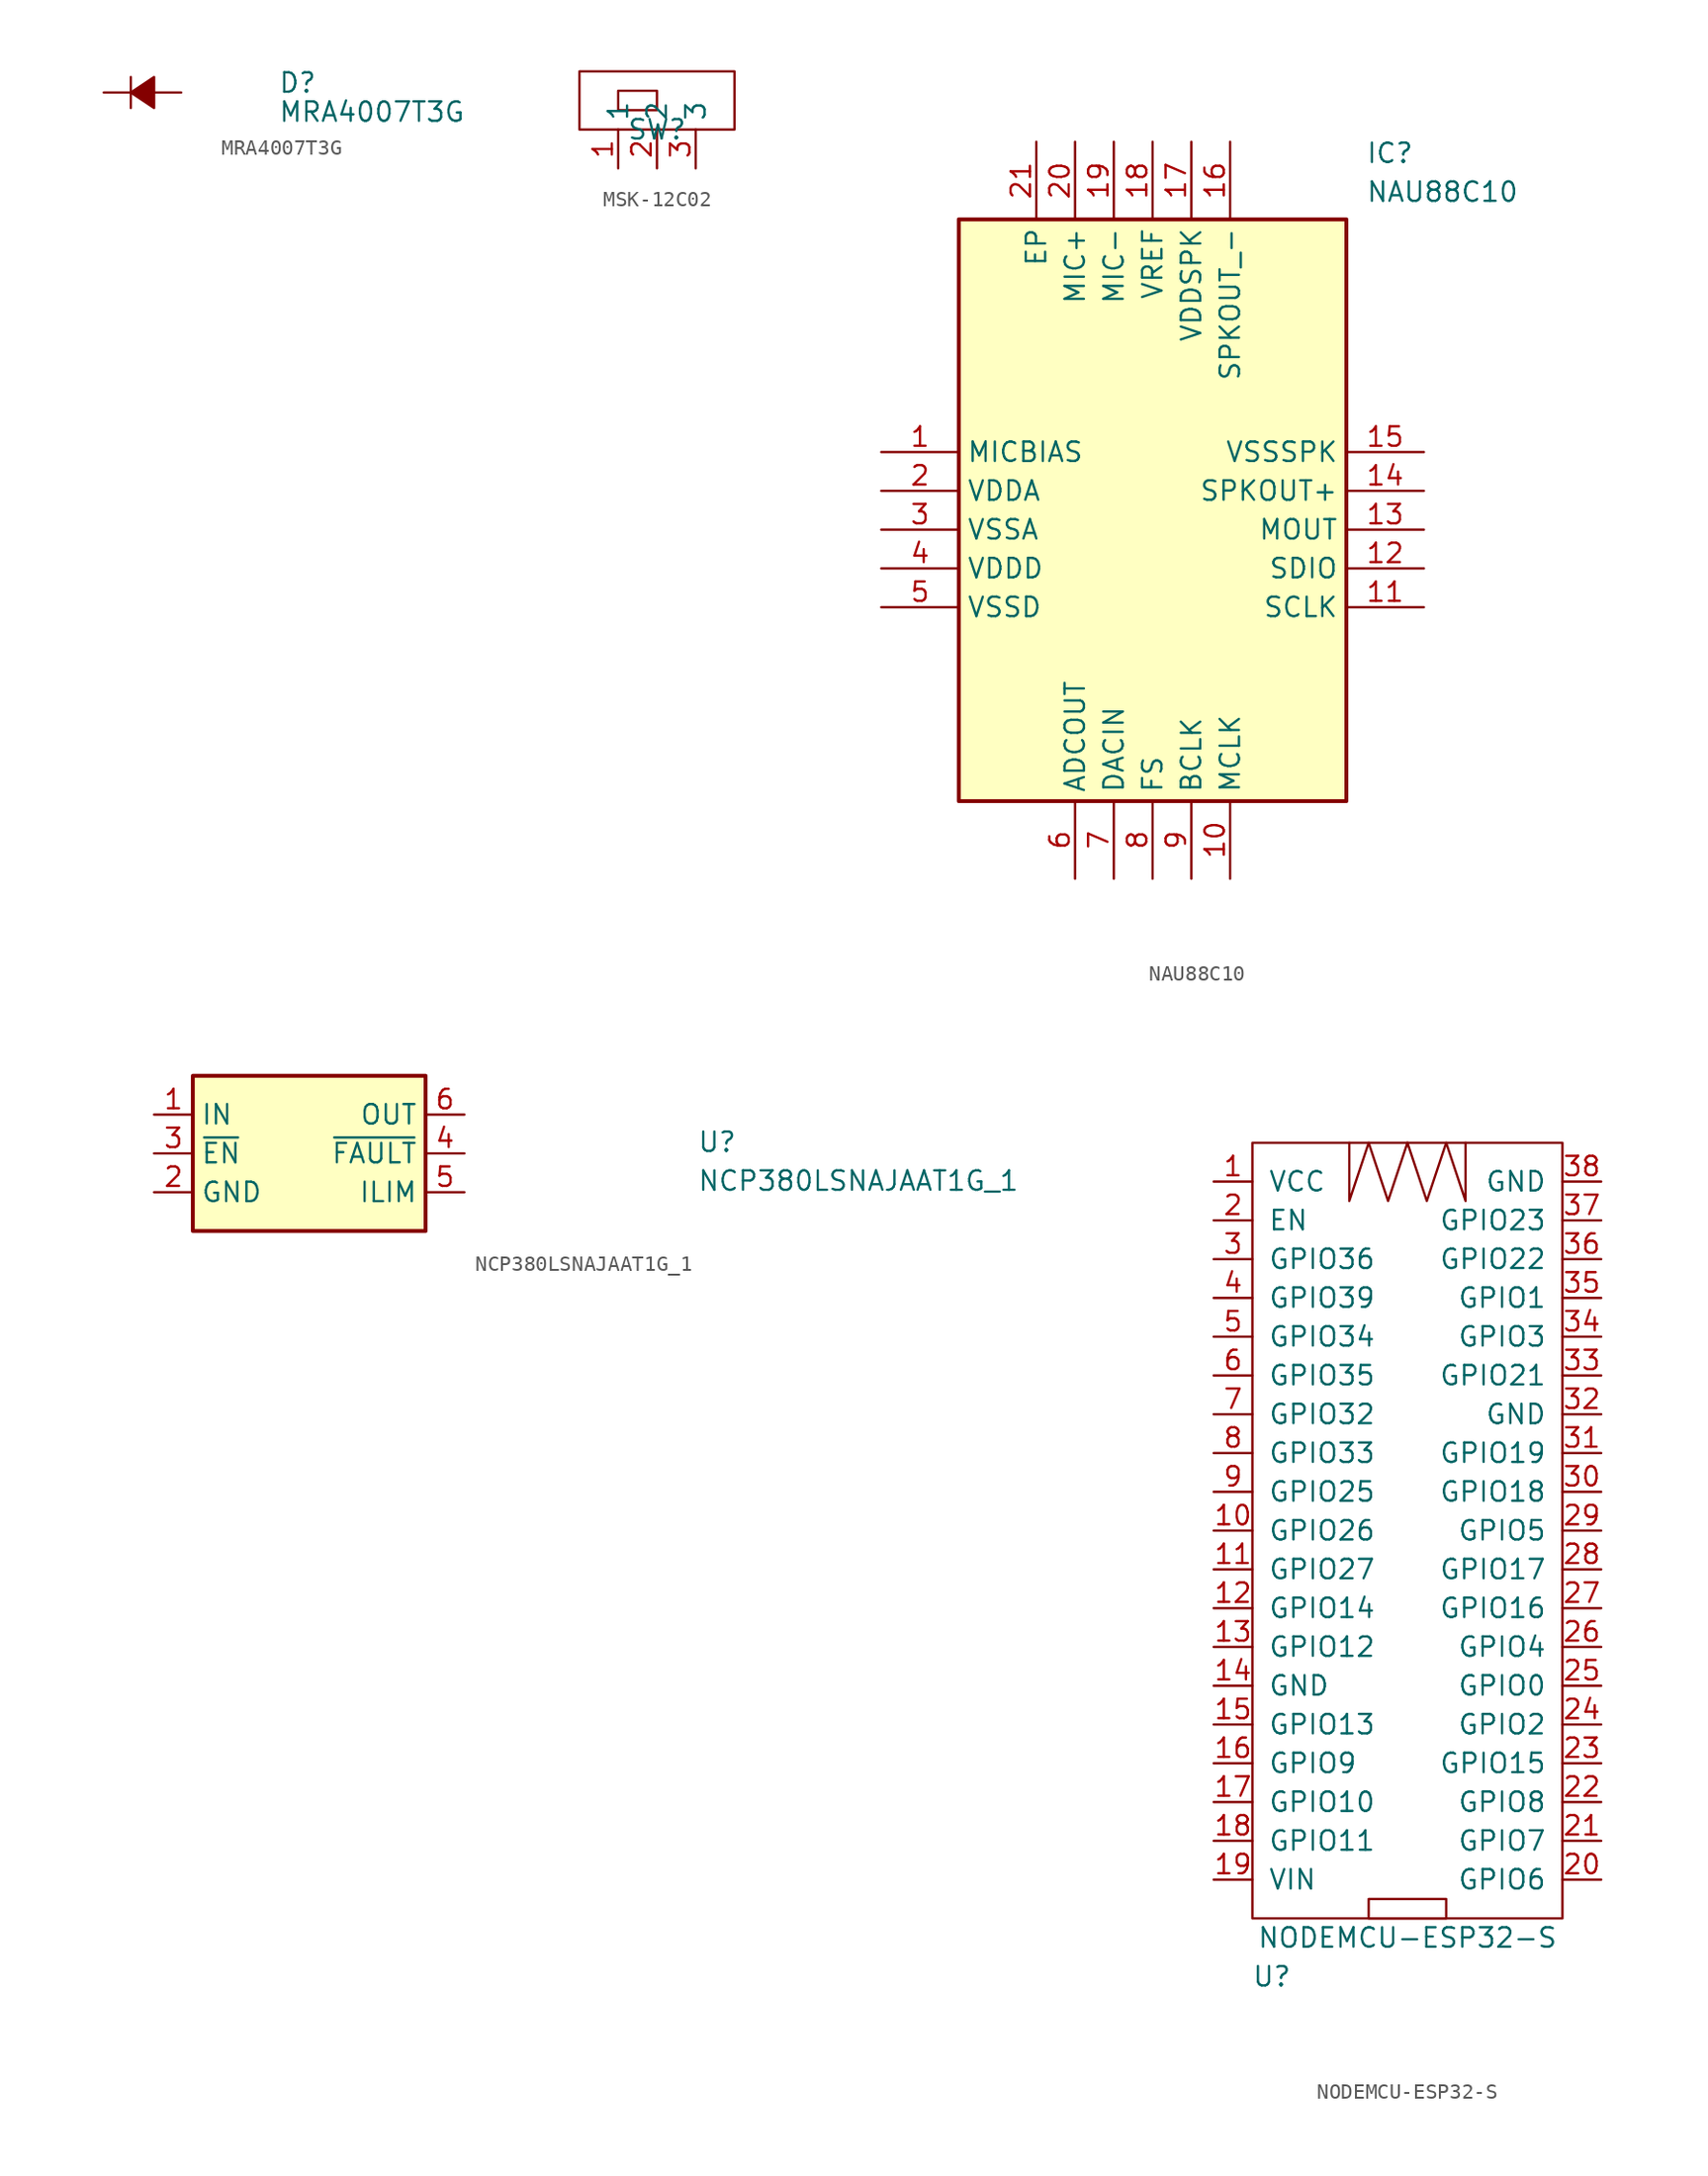
<source format=kicad_sym>
(kicad_symbol_lib
  (version 20231120)
  (generator "kicad_symbol_editor")
  (generator_version "8.0")
  (symbol "MRA4007T3G"
    (pin_numbers hide)
    (pin_names
      (offset 0.254) hide)
    (property "Reference" "D"
      (at 8.89 0.635 0)
      (effects (font (size 1.27 1.27)) (justify left)))
    (property "Value" "MRA4007T3G"
      (at 8.89 -1.27 0)
      (effects (font (size 1.27 1.27)) (justify left)))
    (symbol "MRA4007T3G_0_1"
      (polyline (pts (xy -0.762 -1.016) (xy -0.762 1.016)) (stroke (width 0) (type default)) (fill (type none)))
      (polyline (pts (xy -0.762 0) (xy 0.762 0)) (stroke (width 0) (type default)) (fill (type none)))
      (polyline (pts (xy 0.762 -1.016) (xy -0.762 0) (xy 0.762 1.016) (xy 0.762 -1.016)) (stroke (width 0) (type default)) (fill (type outline))))
    (symbol "MRA4007T3G_1_1"
      (pin passive line (at -2.54 0 0) (length 1.778) (name "K" (effects (font (size 1.27 1.27)))) (number "1" (effects (font (size 1.27 1.27)))))
      (pin passive line (at 2.54 0 180) (length 1.778) (name "A" (effects (font (size 1.27 1.27)))) (number "2" (effects (font (size 1.27 1.27)))))))
  (symbol "MSK-12C02"
    (property "Reference" "SW"
      (at 0 0 0)
      (effects (font (size 1.27 1.27))))
    (property "Value" ""
      (at 0 0 0)
      (effects (font (size 1.27 1.27))))
    (symbol "MSK-12C02_0_1"
      (rectangle (start -5.08 3.81) (end 5.08 0) (stroke (width 0) (type default)) (fill (type none)))
      (polyline (pts (xy -2.54 1.27) (xy -2.54 2.54) (xy 0 2.54) (xy 0 1.27) (xy -2.54 1.27)) (stroke (width 0) (type default)) (fill (type none))))
    (symbol "MSK-12C02_1_1"
      (pin input line (at -2.54 -2.54 90) (length 2.54) (name "1" (effects (font (size 1.27 1.27)))) (number "1" (effects (font (size 1.27 1.27)))))
      (pin input line (at 0 -2.54 90) (length 2.54) (name "2" (effects (font (size 1.27 1.27)))) (number "2" (effects (font (size 1.27 1.27)))))
      (pin input line (at 2.54 -2.54 90) (length 2.54) (name "3" (effects (font (size 1.27 1.27)))) (number "3" (effects (font (size 1.27 1.27)))))))
  (symbol "NAU88C10"
    (property "Reference" "IC"
      (at 31.75 20.32 0)
      (effects (font (size 1.27 1.27)) (justify left top)))
    (property "Value" "NAU88C10"
      (at 31.75 17.78 0)
      (effects (font (size 1.27 1.27)) (justify left top)))
    (symbol "NAU88C10_1_1"
      (rectangle (start 5.08 15.24) (end 30.48 -22.86) (stroke (width 0.254) (type default)) (fill (type background)))
      (pin passive line (at 0 0 0) (length 5.08) (name "MICBIAS" (effects (font (size 1.27 1.27)))) (number "1" (effects (font (size 1.27 1.27)))))
      (pin passive line (at 22.86 -27.94 90) (length 5.08) (name "MCLK" (effects (font (size 1.27 1.27)))) (number "10" (effects (font (size 1.27 1.27)))))
      (pin passive line (at 35.56 -10.16 180) (length 5.08) (name "SCLK" (effects (font (size 1.27 1.27)))) (number "11" (effects (font (size 1.27 1.27)))))
      (pin passive line (at 35.56 -7.62 180) (length 5.08) (name "SDIO" (effects (font (size 1.27 1.27)))) (number "12" (effects (font (size 1.27 1.27)))))
      (pin passive line (at 35.56 -5.08 180) (length 5.08) (name "MOUT" (effects (font (size 1.27 1.27)))) (number "13" (effects (font (size 1.27 1.27)))))
      (pin passive line (at 35.56 -2.54 180) (length 5.08) (name "SPKOUT+" (effects (font (size 1.27 1.27)))) (number "14" (effects (font (size 1.27 1.27)))))
      (pin passive line (at 35.56 0 180) (length 5.08) (name "VSSSPK" (effects (font (size 1.27 1.27)))) (number "15" (effects (font (size 1.27 1.27)))))
      (pin passive line (at 22.86 20.32 270) (length 5.08) (name "SPKOUT_-" (effects (font (size 1.27 1.27)))) (number "16" (effects (font (size 1.27 1.27)))))
      (pin passive line (at 20.32 20.32 270) (length 5.08) (name "VDDSPK" (effects (font (size 1.27 1.27)))) (number "17" (effects (font (size 1.27 1.27)))))
      (pin passive line (at 17.78 20.32 270) (length 5.08) (name "VREF" (effects (font (size 1.27 1.27)))) (number "18" (effects (font (size 1.27 1.27)))))
      (pin passive line (at 15.24 20.32 270) (length 5.08) (name "MIC-" (effects (font (size 1.27 1.27)))) (number "19" (effects (font (size 1.27 1.27)))))
      (pin passive line (at 0 -2.54 0) (length 5.08) (name "VDDA" (effects (font (size 1.27 1.27)))) (number "2" (effects (font (size 1.27 1.27)))))
      (pin passive line (at 12.7 20.32 270) (length 5.08) (name "MIC+" (effects (font (size 1.27 1.27)))) (number "20" (effects (font (size 1.27 1.27)))))
      (pin passive line (at 10.16 20.32 270) (length 5.08) (name "EP" (effects (font (size 1.27 1.27)))) (number "21" (effects (font (size 1.27 1.27)))))
      (pin passive line (at 0 -5.08 0) (length 5.08) (name "VSSA" (effects (font (size 1.27 1.27)))) (number "3" (effects (font (size 1.27 1.27)))))
      (pin passive line (at 0 -7.62 0) (length 5.08) (name "VDDD" (effects (font (size 1.27 1.27)))) (number "4" (effects (font (size 1.27 1.27)))))
      (pin passive line (at 0 -10.16 0) (length 5.08) (name "VSSD" (effects (font (size 1.27 1.27)))) (number "5" (effects (font (size 1.27 1.27)))))
      (pin passive line (at 12.7 -27.94 90) (length 5.08) (name "ADCOUT" (effects (font (size 1.27 1.27)))) (number "6" (effects (font (size 1.27 1.27)))))
      (pin passive line (at 15.24 -27.94 90) (length 5.08) (name "DACIN" (effects (font (size 1.27 1.27)))) (number "7" (effects (font (size 1.27 1.27)))))
      (pin passive line (at 17.78 -27.94 90) (length 5.08) (name "FS" (effects (font (size 1.27 1.27)))) (number "8" (effects (font (size 1.27 1.27)))))
      (pin passive line (at 20.32 -27.94 90) (length 5.08) (name "BCLK" (effects (font (size 1.27 1.27)))) (number "9" (effects (font (size 1.27 1.27)))))))
  (symbol "NCP380LSNAJAAT1G_1"
    (property "Reference" "U"
      (at 35.56 -2.54 0)
      (effects (font (size 1.27 1.27) (thickness 0.15)) (justify left bottom)))
    (property "Value" "NCP380LSNAJAAT1G_1"
      (at 35.56 -5.08 0)
      (effects (font (size 1.27 1.27) (thickness 0.15)) (justify left bottom)))
    (symbol "NCP380LSNAJAAT1G_1_1_1"
      (rectangle (start 2.54 2.54) (end 17.78 -7.62) (stroke (width 0.254) (type default)) (fill (type background)))
      (pin bidirectional line (at 0 0 0) (length 2.54) (name "IN" (effects (font (size 1.27 1.27)))) (number "1" (effects (font (size 1.27 1.27)))))
      (pin bidirectional line (at 0 -5.08 0) (length 2.54) (name "GND" (effects (font (size 1.27 1.27)))) (number "2" (effects (font (size 1.27 1.27)))))
      (pin bidirectional line (at 0 -2.54 0) (length 2.54) (name "~{EN}" (effects (font (size 1.27 1.27)))) (number "3" (effects (font (size 1.27 1.27)))))
      (pin bidirectional line (at 20.32 -2.54 180) (length 2.54) (name "~{FAULT}" (effects (font (size 1.27 1.27)))) (number "4" (effects (font (size 1.27 1.27)))))
      (pin bidirectional line (at 20.32 -5.08 180) (length 2.54) (name "ILIM" (effects (font (size 1.27 1.27)))) (number "5" (effects (font (size 1.27 1.27)))))
      (pin bidirectional line (at 20.32 0 180) (length 2.54) (name "OUT" (effects (font (size 1.27 1.27)))) (number "6" (effects (font (size 1.27 1.27)))))))
  (symbol "NODEMCU-ESP32-S"
    (pin_names
      (offset 1.016))
    (property "Reference" "U"
      (at -8.89 -29.21 0)
      (effects (font (size 1.27 1.27))))
    (property "Value" "NODEMCU-ESP32-S"
      (at 0 -26.67 0)
      (effects (font (size 1.27 1.27))))
    (symbol "NODEMCU-ESP32-S_0_1"
      (rectangle (start -10.16 25.4) (end 10.16 -25.4) (stroke (width 0) (type solid)) (fill (type none)))
      (rectangle (start -2.54 -25.4) (end 2.54 -24.13) (stroke (width 0) (type solid)) (fill (type none)))
      (polyline (pts (xy 0 25.4) (xy -1.27 21.59) (xy -2.54 25.4) (xy -3.81 21.59) (xy -3.81 25.4)) (stroke (width 0) (type solid)) (fill (type none)))
      (polyline (pts (xy 3.81 25.4) (xy 3.81 21.59) (xy 2.54 25.4) (xy 1.27 21.59) (xy 0 25.4)) (stroke (width 0) (type solid)) (fill (type none)))
      (pin input line (at -12.7 0 0) (length 2.54) (name "GPIO26" (effects (font (size 1.27 1.27)))) (number "10" (effects (font (size 1.27 1.27)))))
      (pin input line (at -12.7 -2.54 0) (length 2.54) (name "GPIO27" (effects (font (size 1.27 1.27)))) (number "11" (effects (font (size 1.27 1.27)))))
      (pin input line (at -12.7 -5.08 0) (length 2.54) (name "GPIO14" (effects (font (size 1.27 1.27)))) (number "12" (effects (font (size 1.27 1.27)))))
      (pin input line (at -12.7 -7.62 0) (length 2.54) (name "GPIO12" (effects (font (size 1.27 1.27)))) (number "13" (effects (font (size 1.27 1.27)))))
      (pin input line (at -12.7 -10.16 0) (length 2.54) (name "GND" (effects (font (size 1.27 1.27)))) (number "14" (effects (font (size 1.27 1.27)))))
      (pin input line (at -12.7 -12.7 0) (length 2.54) (name "GPIO13" (effects (font (size 1.27 1.27)))) (number "15" (effects (font (size 1.27 1.27)))))
      (pin input line (at -12.7 -15.24 0) (length 2.54) (name "GPIO9" (effects (font (size 1.27 1.27)))) (number "16" (effects (font (size 1.27 1.27)))))
      (pin input line (at -12.7 -17.78 0) (length 2.54) (name "GPIO10" (effects (font (size 1.27 1.27)))) (number "17" (effects (font (size 1.27 1.27)))))
      (pin input line (at -12.7 -20.32 0) (length 2.54) (name "GPIO11" (effects (font (size 1.27 1.27)))) (number "18" (effects (font (size 1.27 1.27)))))
      (pin input line (at -12.7 -22.86 0) (length 2.54) (name "VIN" (effects (font (size 1.27 1.27)))) (number "19" (effects (font (size 1.27 1.27)))))
      (pin input line (at 12.7 -22.86 180) (length 2.54) (name "GPIO6" (effects (font (size 1.27 1.27)))) (number "20" (effects (font (size 1.27 1.27)))))
      (pin input line (at 12.7 -20.32 180) (length 2.54) (name "GPIO7" (effects (font (size 1.27 1.27)))) (number "21" (effects (font (size 1.27 1.27)))))
      (pin input line (at 12.7 -17.78 180) (length 2.54) (name "GPIO8" (effects (font (size 1.27 1.27)))) (number "22" (effects (font (size 1.27 1.27)))))
      (pin input line (at 12.7 -15.24 180) (length 2.54) (name "GPIO15" (effects (font (size 1.27 1.27)))) (number "23" (effects (font (size 1.27 1.27)))))
      (pin input line (at 12.7 -12.7 180) (length 2.54) (name "GPIO2" (effects (font (size 1.27 1.27)))) (number "24" (effects (font (size 1.27 1.27)))))
      (pin input line (at 12.7 -10.16 180) (length 2.54) (name "GPIO0" (effects (font (size 1.27 1.27)))) (number "25" (effects (font (size 1.27 1.27)))))
      (pin input line (at 12.7 -7.62 180) (length 2.54) (name "GPIO4" (effects (font (size 1.27 1.27)))) (number "26" (effects (font (size 1.27 1.27)))))
      (pin input line (at 12.7 -5.08 180) (length 2.54) (name "GPIO16" (effects (font (size 1.27 1.27)))) (number "27" (effects (font (size 1.27 1.27)))))
      (pin input line (at 12.7 -2.54 180) (length 2.54) (name "GPIO17" (effects (font (size 1.27 1.27)))) (number "28" (effects (font (size 1.27 1.27)))))
      (pin input line (at 12.7 0 180) (length 2.54) (name "GPIO5" (effects (font (size 1.27 1.27)))) (number "29" (effects (font (size 1.27 1.27)))))
      (pin input line (at 12.7 2.54 180) (length 2.54) (name "GPIO18" (effects (font (size 1.27 1.27)))) (number "30" (effects (font (size 1.27 1.27)))))
      (pin input line (at 12.7 5.08 180) (length 2.54) (name "GPIO19" (effects (font (size 1.27 1.27)))) (number "31" (effects (font (size 1.27 1.27)))))
      (pin input line (at 12.7 7.62 180) (length 2.54) (name "GND" (effects (font (size 1.27 1.27)))) (number "32" (effects (font (size 1.27 1.27)))))
      (pin input line (at 12.7 10.16 180) (length 2.54) (name "GPIO21" (effects (font (size 1.27 1.27)))) (number "33" (effects (font (size 1.27 1.27)))))
      (pin input line (at 12.7 12.7 180) (length 2.54) (name "GPIO3" (effects (font (size 1.27 1.27)))) (number "34" (effects (font (size 1.27 1.27)))))
      (pin input line (at 12.7 15.24 180) (length 2.54) (name "GPIO1" (effects (font (size 1.27 1.27)))) (number "35" (effects (font (size 1.27 1.27)))))
      (pin input line (at 12.7 17.78 180) (length 2.54) (name "GPIO22" (effects (font (size 1.27 1.27)))) (number "36" (effects (font (size 1.27 1.27)))))
      (pin input line (at 12.7 20.32 180) (length 2.54) (name "GPIO23" (effects (font (size 1.27 1.27)))) (number "37" (effects (font (size 1.27 1.27)))))
      (pin input line (at 12.7 22.86 180) (length 2.54) (name "GND" (effects (font (size 1.27 1.27)))) (number "38" (effects (font (size 1.27 1.27)))))
      (pin input line (at -12.7 15.24 0) (length 2.54) (name "GPIO39" (effects (font (size 1.27 1.27)))) (number "4" (effects (font (size 1.27 1.27)))))
      (pin input line (at -12.7 12.7 0) (length 2.54) (name "GPIO34" (effects (font (size 1.27 1.27)))) (number "5" (effects (font (size 1.27 1.27)))))
      (pin input line (at -12.7 10.16 0) (length 2.54) (name "GPIO35" (effects (font (size 1.27 1.27)))) (number "6" (effects (font (size 1.27 1.27)))))
      (pin input line (at -12.7 7.62 0) (length 2.54) (name "GPIO32" (effects (font (size 1.27 1.27)))) (number "7" (effects (font (size 1.27 1.27)))))
      (pin input line (at -12.7 5.08 0) (length 2.54) (name "GPIO33" (effects (font (size 1.27 1.27)))) (number "8" (effects (font (size 1.27 1.27)))))
      (pin input line (at -12.7 2.54 0) (length 2.54) (name "GPIO25" (effects (font (size 1.27 1.27)))) (number "9" (effects (font (size 1.27 1.27))))))
    (symbol "NODEMCU-ESP32-S_1_1"
      (pin input line (at -12.7 22.86 0) (length 2.54) (name "VCC" (effects (font (size 1.27 1.27)))) (number "1" (effects (font (size 1.27 1.27)))))
      (pin input line (at -12.7 20.32 0) (length 2.54) (name "EN" (effects (font (size 1.27 1.27)))) (number "2" (effects (font (size 1.27 1.27)))))
      (pin input line (at -12.7 17.78 0) (length 2.54) (name "GPIO36" (effects (font (size 1.27 1.27)))) (number "3" (effects (font (size 1.27 1.27))))))))
</source>
